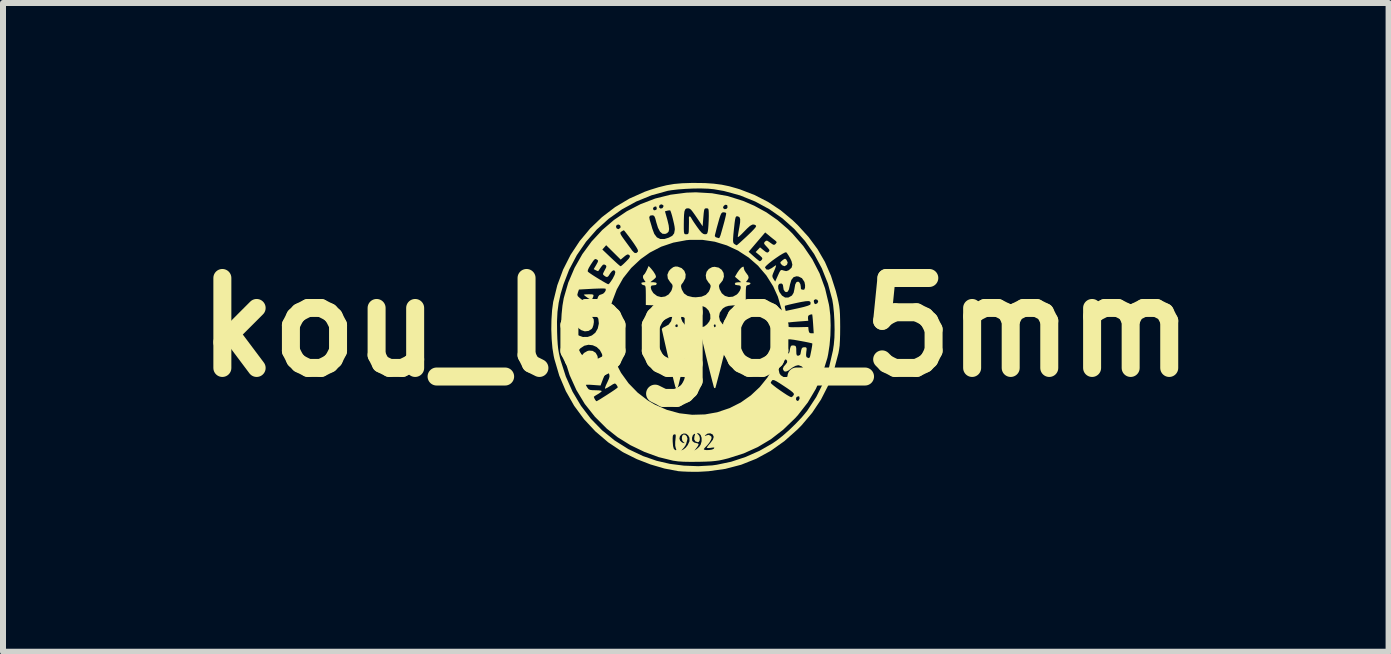
<source format=kicad_pcb>
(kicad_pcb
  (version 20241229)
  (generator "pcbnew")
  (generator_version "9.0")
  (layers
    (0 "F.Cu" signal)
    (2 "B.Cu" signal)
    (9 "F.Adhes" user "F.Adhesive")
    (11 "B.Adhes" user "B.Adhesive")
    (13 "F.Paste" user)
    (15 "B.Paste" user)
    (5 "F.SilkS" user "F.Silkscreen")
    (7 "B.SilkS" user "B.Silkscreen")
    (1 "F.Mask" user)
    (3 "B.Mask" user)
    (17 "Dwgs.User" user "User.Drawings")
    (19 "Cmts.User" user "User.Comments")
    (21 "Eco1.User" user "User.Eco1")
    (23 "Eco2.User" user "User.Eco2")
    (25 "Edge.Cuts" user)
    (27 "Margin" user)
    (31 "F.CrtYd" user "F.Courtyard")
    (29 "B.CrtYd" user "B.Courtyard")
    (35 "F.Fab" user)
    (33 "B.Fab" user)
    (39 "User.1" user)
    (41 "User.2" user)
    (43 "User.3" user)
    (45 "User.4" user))
  (footprint "kou_logo_5mm"
    (layer "F.Cu")
    (at 8.55 2.406)
    (property "Reference" "kou_logo_5mm" (at 0 0 0) (layer "F.SilkS") (effects (font (size 1.5 1.5) (thickness 0.3))))
    (attr board_only exclude_from_pos_files exclude_from_bom)
    (fp_poly (pts (xy -1.733 -0.549) (xy -1.71 -0.543) (xy -1.705 -0.529) (xy -1.709 -0.512) (xy -1.725 -0.474) (xy -1.745 -0.462) (xy -1.778 -0.475) (xy -1.805 -0.492) (xy -1.842 -0.519) (xy -1.864 -0.538) (xy -1.867 -0.542) (xy -1.852 -0.547) (xy -1.813 -0.549) (xy -1.782 -0.55)) (stroke (width 0) (type solid)) (fill yes) (layer "F.SilkS"))
    (fp_poly (pts (xy 1.511 -1.125) (xy 1.512 -1.123) (xy 1.532 -1.081) (xy 1.522 -1.046) (xy 1.513 -1.037) (xy 1.48 -1.018) (xy 1.445 -1.031) (xy 1.427 -1.048) (xy 1.41 -1.071) (xy 1.413 -1.088) (xy 1.441 -1.113) (xy 1.444 -1.116) (xy 1.476 -1.139) (xy 1.494 -1.141)) (stroke (width 0) (type solid)) (fill yes) (layer "F.SilkS"))
    (fp_poly (pts (xy -1.719 0.394) (xy -1.669 0.426) (xy -1.639 0.479) (xy -1.633 0.521) (xy -1.648 0.579) (xy -1.687 0.625) (xy -1.741 0.653) (xy -1.802 0.657) (xy -1.827 0.65) (xy -1.873 0.617) (xy -1.906 0.568) (xy -1.917 0.522) (xy -1.902 0.473) (xy -1.863 0.428) (xy -1.809 0.397) (xy -1.78 0.389)) (stroke (width 0) (type solid)) (fill yes) (layer "F.SilkS"))
    (fp_poly (pts (xy 0.153 -2.404) (xy 0.299 -2.394) (xy 0.431 -2.377) (xy 0.557 -2.351) (xy 0.687 -2.314) (xy 0.736 -2.299) (xy 0.982 -2.204) (xy 1.206 -2.089) (xy 1.414 -1.951) (xy 1.613 -1.786) (xy 1.701 -1.701) (xy 1.879 -1.506) (xy 2.029 -1.303) (xy 2.153 -1.089) (xy 2.254 -0.857) (xy 2.335 -0.603) (xy 2.363 -0.492) (xy 2.379 -0.418) (xy 2.391 -0.353) (xy 2.399 -0.287) (xy 2.404 -0.212) (xy 2.406 -0.12) (xy 2.407 -0.008) (xy 2.406 0.12) (xy 2.403 0.222) (xy 2.398 0.306) (xy 2.388 0.378) (xy 2.378 0.433) (xy 2.304 0.712) (xy 2.208 0.969) (xy 2.087 1.206) (xy 1.94 1.426) (xy 1.765 1.633) (xy 1.694 1.705) (xy 1.476 1.899) (xy 1.248 2.061) (xy 1.008 2.192) (xy 0.756 2.292) (xy 0.492 2.361) (xy 0.214 2.4) (xy 0.058 2.409) (xy -0.04 2.41) (xy -0.138 2.408) (xy -0.226 2.404) (xy -0.292 2.399) (xy -0.297 2.398) (xy -0.523 2.355) (xy -0.755 2.287) (xy -0.982 2.199) (xy -1.193 2.094) (xy -1.225 2.076) (xy -1.461 1.918) (xy -1.674 1.736) (xy -1.863 1.533) (xy -2.028 1.309) (xy -2.166 1.066) (xy -2.276 0.807) (xy -2.357 0.532) (xy -2.369 0.478) (xy -2.39 0.349) (xy -2.403 0.197) (xy -2.409 0.034) (xy -2.407 -0.095) (xy -2.314 -0.095) (xy -2.312 0.081) (xy -2.308 0.195) (xy -2.302 0.285) (xy -2.294 0.361) (xy -2.282 0.432) (xy -2.265 0.508) (xy -2.254 0.55) (xy -2.167 0.821) (xy -2.054 1.075) (xy -1.914 1.31) (xy -1.75 1.525) (xy -1.563 1.717) (xy -1.355 1.886) (xy -1.127 2.03) (xy -0.881 2.147) (xy -0.653 2.226) (xy -0.433 2.277) (xy -0.198 2.307) (xy 0.041 2.316) (xy 0.273 2.303) (xy 0.35 2.292) (xy 0.589 2.242) (xy 0.829 2.163) (xy 1.061 2.06) (xy 1.276 1.937) (xy 1.351 1.886) (xy 1.45 1.808) (xy 1.558 1.713) (xy 1.666 1.608) (xy 1.765 1.504) (xy 1.846 1.407) (xy 1.857 1.393) (xy 2.008 1.163) (xy 2.131 0.917) (xy 2.224 0.658) (xy 2.286 0.389) (xy 2.301 0.29) (xy 2.311 0.175) (xy 2.314 0.04) (xy 2.311 -0.103) (xy 2.303 -0.243) (xy 2.29 -0.371) (xy 2.276 -0.458) (xy 2.203 -0.728) (xy 2.101 -0.983) (xy 1.973 -1.221) (xy 1.819 -1.44) (xy 1.642 -1.639) (xy 1.444 -1.816) (xy 1.225 -1.969) (xy 0.989 -2.097) (xy 0.736 -2.199) (xy 0.468 -2.272) (xy 0.302 -2.301) (xy 0.208 -2.31) (xy 0.091 -2.314) (xy -0.038 -2.313) (xy -0.17 -2.307) (xy -0.296 -2.298) (xy -0.406 -2.285) (xy -0.467 -2.275) (xy -0.738 -2.2) (xy -0.993 -2.096) (xy -1.232 -1.965) (xy -1.452 -1.809) (xy -1.652 -1.629) (xy -1.83 -1.426) (xy -1.983 -1.203) (xy -2.111 -0.961) (xy -2.206 -0.715) (xy -2.253 -0.557) (xy -2.286 -0.408) (xy -2.306 -0.257) (xy -2.314 -0.095) (xy -2.407 -0.095) (xy -2.406 -0.13) (xy -2.396 -0.285) (xy -2.378 -0.42) (xy -2.377 -0.425) (xy -2.309 -0.7) (xy -2.212 -0.961) (xy -2.087 -1.208) (xy -1.936 -1.437) (xy -1.76 -1.648) (xy -1.563 -1.837) (xy -1.344 -2.004) (xy -1.107 -2.145) (xy -0.852 -2.259) (xy -0.761 -2.291) (xy -0.619 -2.335) (xy -0.49 -2.367) (xy -0.362 -2.389) (xy -0.226 -2.401) (xy -0.07 -2.406) (xy -0.017 -2.406)) (stroke (width 0) (type solid)) (fill yes) (layer "F.SilkS"))
    (fp_poly (pts (xy -0.743 -0.975) (xy -0.707 -0.93) (xy -0.678 -0.884) (xy -0.677 -0.882) (xy -0.664 -0.85) (xy -0.668 -0.828) (xy -0.694 -0.803) (xy -0.706 -0.793) (xy -0.758 -0.752) (xy -0.704 -0.751) (xy -0.662 -0.744) (xy -0.65 -0.725) (xy -0.665 -0.705) (xy -0.7 -0.7) (xy -0.736 -0.696) (xy -0.749 -0.676) (xy -0.75 -0.659) (xy -0.739 -0.62) (xy -0.712 -0.576) (xy -0.704 -0.566) (xy -0.645 -0.521) (xy -0.578 -0.503) (xy -0.511 -0.513) (xy -0.453 -0.547) (xy -0.41 -0.604) (xy -0.398 -0.633) (xy -0.387 -0.678) (xy -0.39 -0.707) (xy -0.412 -0.737) (xy -0.426 -0.751) (xy -0.466 -0.812) (xy -0.474 -0.875) (xy -0.45 -0.935) (xy -0.418 -0.971) (xy -0.376 -1.002) (xy -0.341 -1.013) (xy -0.302 -1.011) (xy -0.236 -0.986) (xy -0.191 -0.941) (xy -0.169 -0.882) (xy -0.174 -0.818) (xy -0.208 -0.754) (xy -0.211 -0.749) (xy -0.239 -0.714) (xy -0.247 -0.687) (xy -0.24 -0.652) (xy -0.232 -0.627) (xy -0.196 -0.564) (xy -0.137 -0.523) (xy -0.053 -0.503) (xy 0 -0.5) (xy 0.096 -0.51) (xy 0.167 -0.54) (xy 0.215 -0.591) (xy 0.233 -0.629) (xy 0.247 -0.673) (xy 0.246 -0.701) (xy 0.23 -0.727) (xy 0.212 -0.746) (xy 0.175 -0.804) (xy 0.166 -0.866) (xy 0.18 -0.925) (xy 0.217 -0.972) (xy 0.271 -1.002) (xy 0.314 -1.008) (xy 0.382 -0.994) (xy 0.433 -0.957) (xy 0.463 -0.905) (xy 0.469 -0.844) (xy 0.449 -0.782) (xy 0.422 -0.747) (xy 0.395 -0.715) (xy 0.386 -0.688) (xy 0.393 -0.65) (xy 0.398 -0.633) (xy 0.433 -0.567) (xy 0.486 -0.523) (xy 0.55 -0.504) (xy 0.618 -0.51) (xy 0.681 -0.544) (xy 0.704 -0.566) (xy 0.734 -0.609) (xy 0.749 -0.651) (xy 0.75 -0.659) (xy 0.745 -0.688) (xy 0.722 -0.699) (xy 0.7 -0.7) (xy 0.66 -0.707) (xy 0.65 -0.725) (xy 0.664 -0.744) (xy 0.704 -0.75) (xy 0.758 -0.751) (xy 0.706 -0.796) (xy 0.653 -0.842) (xy 0.691 -0.908) (xy 0.723 -0.954) (xy 0.755 -0.99) (xy 0.765 -0.997) (xy 0.791 -1.012) (xy 0.799 -1.003) (xy 0.8 -0.987) (xy 0.81 -0.952) (xy 0.836 -0.91) (xy 0.842 -0.903) (xy 0.874 -0.858) (xy 0.881 -0.823) (xy 0.863 -0.789) (xy 0.856 -0.78) (xy 0.839 -0.759) (xy 0.847 -0.751) (xy 0.874 -0.75) (xy 0.906 -0.742) (xy 0.912 -0.725) (xy 0.891 -0.709) (xy 0.87 -0.703) (xy 0.853 -0.699) (xy 0.842 -0.687) (xy 0.837 -0.662) (xy 0.834 -0.618) (xy 0.833 -0.547) (xy 0.833 -0.532) (xy 0.833 -0.367) (xy 0.71 -0.367) (xy 0.615 -0.364) (xy 0.546 -0.357) (xy 0.496 -0.342) (xy 0.457 -0.318) (xy 0.442 -0.304) (xy 0.4 -0.243) (xy 0.388 -0.177) (xy 0.403 -0.112) (xy 0.444 -0.055) (xy 0.509 -0.01) (xy 0.552 0.006) (xy 0.559 0.012) (xy 0.562 0.026) (xy 0.561 0.051) (xy 0.555 0.091) (xy 0.543 0.149) (xy 0.525 0.229) (xy 0.5 0.334) (xy 0.467 0.466) (xy 0.456 0.51) (xy 0.425 0.634) (xy 0.397 0.746) (xy 0.371 0.844) (xy 0.35 0.924) (xy 0.335 0.981) (xy 0.326 1.011) (xy 0.325 1.014) (xy 0.308 1.013) (xy 0.307 1.012) (xy 0.3 0.994) (xy 0.288 0.948) (xy 0.27 0.88) (xy 0.248 0.794) (xy 0.223 0.695) (xy 0.197 0.588) (xy 0.17 0.478) (xy 0.144 0.369) (xy 0.12 0.268) (xy 0.099 0.177) (xy 0.082 0.104) (xy 0.071 0.051) (xy 0.067 0.025) (xy 0.067 0.024) (xy 0.08 0.004) (xy 0.099 0) (xy 0.143 -0.014) (xy 0.157 -0.025) (xy 0.3 -0.025) (xy 0.309 -0.003) (xy 0.317 0) (xy 0.331 -0.013) (xy 0.333 -0.025) (xy 0.324 -0.047) (xy 0.317 -0.05) (xy 0.302 -0.037) (xy 0.3 -0.025) (xy 0.157 -0.025) (xy 0.188 -0.05) (xy 0.225 -0.097) (xy 0.243 -0.142) (xy 0.241 -0.212) (xy 0.215 -0.277) (xy 0.169 -0.326) (xy 0.133 -0.345) (xy 0.047 -0.362) (xy -0.048 -0.362) (xy -0.133 -0.345) (xy -0.189 -0.31) (xy -0.228 -0.253) (xy -0.245 -0.185) (xy -0.243 -0.142) (xy -0.222 -0.092) (xy -0.184 -0.045) (xy -0.138 -0.011) (xy -0.099 0) (xy -0.072 0.011) (xy -0.067 0.025) (xy -0.07 0.047) (xy -0.081 0.097) (xy -0.098 0.171) (xy -0.119 0.263) (xy -0.145 0.37) (xy -0.173 0.488) (xy -0.175 0.496) (xy -0.204 0.614) (xy -0.23 0.724) (xy -0.253 0.82) (xy -0.272 0.897) (xy -0.285 0.952) (xy -0.292 0.979) (xy -0.292 0.979) (xy -0.307 1.01) (xy -0.327 1.015) (xy -0.341 0.996) (xy -0.348 0.968) (xy -0.362 0.915) (xy -0.38 0.84) (xy -0.402 0.749) (xy -0.426 0.647) (xy -0.451 0.539) (xy -0.477 0.429) (xy -0.501 0.324) (xy -0.523 0.227) (xy -0.542 0.144) (xy -0.556 0.081) (xy -0.565 0.041) (xy -0.567 0.03) (xy -0.552 0.01) (xy -0.518 -0.008) (xy -0.514 -0.009) (xy -0.499 -0.018) (xy -0.343 -0.018) (xy -0.338 -0.011) (xy -0.314 -0.001) (xy -0.3 -0.018) (xy -0.3 -0.025) (xy -0.308 -0.047) (xy -0.316 -0.05) (xy -0.337 -0.039) (xy -0.343 -0.018) (xy -0.499 -0.018) (xy -0.453 -0.044) (xy -0.411 -0.101) (xy -0.393 -0.174) (xy -0.392 -0.184) (xy -0.399 -0.236) (xy -0.424 -0.279) (xy -0.446 -0.304) (xy -0.472 -0.328) (xy -0.496 -0.344) (xy -0.527 -0.354) (xy -0.573 -0.359) (xy -0.641 -0.363) (xy -0.666 -0.364) (xy -0.833 -0.371) (xy -0.833 -0.535) (xy -0.834 -0.611) (xy -0.836 -0.659) (xy -0.842 -0.686) (xy -0.851 -0.698) (xy -0.865 -0.7) (xy -0.896 -0.712) (xy -0.906 -0.725) (xy -0.904 -0.744) (xy -0.875 -0.75) (xy -0.872 -0.75) (xy -0.842 -0.752) (xy -0.841 -0.763) (xy -0.856 -0.78) (xy -0.879 -0.821) (xy -0.88 -0.858) (xy -0.865 -0.876) (xy -0.847 -0.897) (xy -0.825 -0.937) (xy -0.816 -0.955) (xy -0.786 -1.022)) (stroke (width 0) (type solid)) (fill yes) (layer "F.SilkS"))
    (fp_poly (pts (xy 0.271 -2.234) (xy 0.533 -2.187) (xy 0.788 -2.107) (xy 0.975 -2.026) (xy 1.177 -1.916) (xy 1.362 -1.787) (xy 1.539 -1.634) (xy 1.612 -1.561) (xy 1.792 -1.354) (xy 1.942 -1.134) (xy 2.063 -0.9) (xy 2.155 -0.649) (xy 2.219 -0.381) (xy 2.227 -0.334) (xy 2.243 -0.193) (xy 2.248 -0.033) (xy 2.244 0.135) (xy 2.23 0.299) (xy 2.207 0.448) (xy 2.194 0.51) (xy 2.111 0.778) (xy 2.002 1.026) (xy 1.867 1.254) (xy 1.704 1.463) (xy 1.657 1.515) (xy 1.459 1.706) (xy 1.253 1.866) (xy 1.034 1.997) (xy 0.799 2.103) (xy 0.544 2.184) (xy 0.533 2.187) (xy 0.457 2.206) (xy 0.391 2.22) (xy 0.326 2.229) (xy 0.254 2.236) (xy 0.166 2.24) (xy 0.054 2.243) (xy 0.05 2.243) (xy -0.09 2.244) (xy -0.203 2.242) (xy -0.295 2.236) (xy -0.372 2.225) (xy -0.375 2.225) (xy -0.619 2.165) (xy -0.859 2.077) (xy -1.089 1.966) (xy -1.276 1.85) (xy -0.386 1.85) (xy -0.385 1.908) (xy -0.379 1.981) (xy -0.367 2.025) (xy -0.346 2.046) (xy -0.329 2.05) (xy -0.325 2.038) (xy -0.334 2.016) (xy -0.343 1.975) (xy -0.343 1.91) (xy -0.34 1.881) (xy -0.338 1.858) (xy -0.273 1.858) (xy -0.26 1.892) (xy -0.23 1.92) (xy -0.206 1.93) (xy -0.185 1.932) (xy -0.193 1.923) (xy -0.204 1.916) (xy -0.226 1.888) (xy -0.233 1.847) (xy -0.226 1.809) (xy -0.206 1.788) (xy -0.176 1.792) (xy -0.151 1.817) (xy -0.139 1.854) (xy -0.142 1.875) (xy -0.154 1.92) (xy -0.159 1.94) (xy -0.175 1.974) (xy -0.203 2.013) (xy -0.204 2.013) (xy -0.242 2.055) (xy -0.203 2.035) (xy -0.168 2.007) (xy -0.135 1.965) (xy -0.133 1.961) (xy -0.105 1.899) (xy -0.106 1.844) (xy -0.106 1.843) (xy -0.063 1.843) (xy -0.061 1.885) (xy -0.055 1.898) (xy -0.027 1.921) (xy 0.006 1.93) (xy 0.039 1.938) (xy 0.047 1.955) (xy 0.031 1.986) (xy 0.014 2.009) (xy -0.023 2.055) (xy 0.009 2.034) (xy 0.133 2.034) (xy 0.148 2.044) (xy 0.183 2.048) (xy 0.227 2.046) (xy 0.27 2.039) (xy 0.298 2.027) (xy 0.3 2.024) (xy 0.31 2.009) (xy 0.299 2.004) (xy 0.263 2.008) (xy 0.253 2.01) (xy 0.21 2.014) (xy 0.186 2.011) (xy 0.183 2.008) (xy 0.194 1.99) (xy 0.22 1.956) (xy 0.242 1.931) (xy 0.285 1.874) (xy 0.299 1.828) (xy 0.284 1.791) (xy 0.28 1.787) (xy 0.241 1.768) (xy 0.196 1.773) (xy 0.165 1.794) (xy 0.151 1.813) (xy 0.161 1.812) (xy 0.177 1.803) (xy 0.213 1.794) (xy 0.242 1.807) (xy 0.262 1.826) (xy 0.262 1.852) (xy 0.252 1.879) (xy 0.225 1.925) (xy 0.188 1.971) (xy 0.182 1.976) (xy 0.151 2.008) (xy 0.134 2.03) (xy 0.133 2.034) (xy 0.009 2.034) (xy 0.019 2.027) (xy 0.058 1.992) (xy 0.081 1.957) (xy 0.097 1.9) (xy 0.097 1.844) (xy 0.082 1.798) (xy 0.055 1.771) (xy 0.037 1.767) (xy 0.017 1.769) (xy 0.027 1.778) (xy 0.037 1.785) (xy 0.059 1.811) (xy 0.068 1.849) (xy 0.065 1.887) (xy 0.049 1.912) (xy 0.035 1.917) (xy -0.006 1.903) (xy -0.027 1.869) (xy -0.023 1.82) (xy -0.022 1.817) (xy -0.012 1.784) (xy -0.018 1.776) (xy -0.027 1.778) (xy -0.05 1.802) (xy -0.063 1.843) (xy -0.106 1.843) (xy -0.127 1.803) (xy -0.162 1.775) (xy -0.202 1.771) (xy -0.239 1.788) (xy -0.265 1.818) (xy -0.273 1.858) (xy -0.338 1.858) (xy -0.335 1.826) (xy -0.335 1.796) (xy -0.344 1.785) (xy -0.359 1.786) (xy -0.375 1.793) (xy -0.383 1.812) (xy -0.386 1.85) (xy -1.276 1.85) (xy -1.302 1.834) (xy -1.483 1.691) (xy -1.681 1.493) (xy -1.851 1.278) (xy -1.991 1.046) (xy -2.03 0.96) (xy -1.833 0.96) (xy -1.825 0.978) (xy -1.806 1.009) (xy -1.788 1.032) (xy -1.763 1.044) (xy -1.723 1.049) (xy -1.673 1.05) (xy -1.618 1.052) (xy -1.58 1.057) (xy -1.567 1.064) (xy -1.58 1.079) (xy -1.613 1.103) (xy -1.633 1.115) (xy -1.673 1.139) (xy -1.697 1.156) (xy -1.7 1.16) (xy -1.692 1.183) (xy -1.676 1.212) (xy -1.659 1.232) (xy -1.656 1.233) (xy -1.639 1.225) (xy -1.599 1.202) (xy -1.544 1.167) (xy -1.477 1.125) (xy -1.473 1.122) (xy -1.407 1.079) (xy -1.352 1.042) (xy -1.315 1.015) (xy -1.3 1.001) (xy -1.3 1.001) (xy -1.309 0.98) (xy -1.323 0.958) (xy -1.338 0.942) (xy -1.354 0.938) (xy -1.381 0.95) (xy -1.426 0.979) (xy -1.427 0.979) (xy -1.471 1.006) (xy -1.504 1.022) (xy -1.515 1.024) (xy -1.512 1.006) (xy -1.498 0.967) (xy -1.475 0.918) (xy -1.45 0.862) (xy -1.439 0.825) (xy -1.44 0.796) (xy -1.449 0.768) (xy -1.467 0.736) (xy -1.482 0.725) (xy -1.484 0.725) (xy -1.496 0.744) (xy -1.515 0.785) (xy -1.538 0.842) (xy -1.543 0.852) (xy -1.588 0.971) (xy -1.711 0.962) (xy -1.77 0.958) (xy -1.813 0.958) (xy -1.833 0.96) (xy -1.833 0.96) (xy -2.03 0.96) (xy -2.103 0.798) (xy -2.179 0.557) (xy -1.996 0.557) (xy -1.972 0.629) (xy -1.927 0.689) (xy -1.864 0.732) (xy -1.787 0.75) (xy -1.778 0.75) (xy -1.722 0.743) (xy -1.67 0.727) (xy -1.667 0.725) (xy -1.6 0.675) (xy -1.561 0.607) (xy -1.55 0.534) (xy -1.563 0.448) (xy -1.6 0.379) (xy -1.653 0.329) (xy -1.718 0.3) (xy -1.789 0.292) (xy -1.859 0.308) (xy -1.924 0.351) (xy -1.967 0.405) (xy -1.996 0.48) (xy -1.996 0.557) (xy -2.179 0.557) (xy -2.186 0.533) (xy -2.227 0.334) (xy -2.24 0.217) (xy -2.246 0.079) (xy -2.245 -0.07) (xy -2.066 -0.07) (xy -2.053 0.017) (xy -2.014 0.087) (xy -1.956 0.136) (xy -1.883 0.162) (xy -1.802 0.161) (xy -1.733 0.137) (xy -1.675 0.091) (xy -1.635 0.022) (xy -1.617 -0.058) (xy -1.455 -0.058) (xy -1.455 0.107) (xy -1.439 0.262) (xy -1.419 0.358) (xy -1.347 0.566) (xy -1.247 0.759) (xy -1.12 0.935) (xy -0.969 1.09) (xy -0.797 1.222) (xy -0.681 1.29) (xy -0.482 1.377) (xy -0.273 1.434) (xy -0.06 1.459) (xy 0.154 1.453) (xy 0.358 1.417) (xy 0.563 1.348) (xy 0.75 1.254) (xy 0.834 1.195) (xy 1.67 1.195) (xy 1.674 1.211) (xy 1.692 1.229) (xy 1.713 1.222) (xy 1.729 1.193) (xy 1.73 1.186) (xy 1.726 1.156) (xy 1.71 1.15) (xy 1.679 1.163) (xy 1.67 1.195) (xy 0.834 1.195) (xy 0.918 1.136) (xy 1.066 0.997) (xy 1.123 0.927) (xy 1.25 0.927) (xy 1.263 0.944) (xy 1.298 0.973) (xy 1.347 1.011) (xy 1.406 1.053) (xy 1.466 1.094) (xy 1.521 1.13) (xy 1.565 1.155) (xy 1.591 1.166) (xy 1.592 1.166) (xy 1.613 1.154) (xy 1.629 1.134) (xy 1.636 1.119) (xy 1.632 1.103) (xy 1.615 1.084) (xy 1.581 1.056) (xy 1.525 1.017) (xy 1.474 0.983) (xy 1.398 0.933) (xy 1.344 0.9) (xy 1.309 0.883) (xy 1.286 0.879) (xy 1.274 0.884) (xy 1.253 0.913) (xy 1.25 0.927) (xy 1.123 0.927) (xy 1.192 0.841) (xy 1.272 0.709) (xy 1.382 0.709) (xy 1.395 0.768) (xy 1.417 0.8) (xy 1.462 0.829) (xy 1.514 0.829) (xy 1.577 0.801) (xy 1.639 0.756) (xy 1.68 0.726) (xy 1.706 0.72) (xy 1.726 0.737) (xy 1.733 0.75) (xy 1.741 0.78) (xy 1.724 0.809) (xy 1.716 0.817) (xy 1.691 0.858) (xy 1.692 0.884) (xy 1.706 0.911) (xy 1.726 0.911) (xy 1.757 0.885) (xy 1.774 0.865) (xy 1.807 0.807) (xy 1.816 0.748) (xy 1.802 0.694) (xy 1.769 0.654) (xy 1.718 0.634) (xy 1.704 0.633) (xy 1.661 0.644) (xy 1.612 0.671) (xy 1.6 0.68) (xy 1.543 0.722) (xy 1.503 0.739) (xy 1.476 0.734) (xy 1.469 0.729) (xy 1.451 0.695) (xy 1.465 0.656) (xy 1.492 0.626) (xy 1.521 0.588) (xy 1.523 0.56) (xy 1.503 0.536) (xy 1.471 0.543) (xy 1.43 0.581) (xy 1.426 0.585) (xy 1.393 0.644) (xy 1.382 0.709) (xy 1.272 0.709) (xy 1.296 0.67) (xy 1.375 0.487) (xy 1.396 0.414) (xy 1.484 0.414) (xy 1.49 0.442) (xy 1.516 0.448) (xy 1.521 0.447) (xy 1.554 0.429) (xy 1.563 0.408) (xy 1.573 0.349) (xy 1.584 0.317) (xy 1.6 0.303) (xy 1.626 0.303) (xy 1.63 0.303) (xy 1.657 0.309) (xy 1.67 0.324) (xy 1.675 0.357) (xy 1.675 0.392) (xy 1.677 0.442) (xy 1.684 0.467) (xy 1.701 0.475) (xy 1.708 0.475) (xy 1.738 0.461) (xy 1.746 0.442) (xy 1.757 0.383) (xy 1.768 0.35) (xy 1.785 0.336) (xy 1.811 0.333) (xy 1.836 0.335) (xy 1.847 0.347) (xy 1.847 0.377) (xy 1.842 0.411) (xy 1.838 0.465) (xy 1.845 0.495) (xy 1.853 0.502) (xy 1.884 0.515) (xy 1.901 0.5) (xy 1.907 0.479) (xy 1.927 0.381) (xy 1.939 0.313) (xy 1.943 0.276) (xy 1.941 0.269) (xy 1.923 0.264) (xy 1.879 0.254) (xy 1.815 0.241) (xy 1.738 0.227) (xy 1.733 0.226) (xy 1.637 0.209) (xy 1.571 0.201) (xy 1.534 0.201) (xy 1.524 0.207) (xy 1.512 0.25) (xy 1.499 0.308) (xy 1.489 0.366) (xy 1.484 0.409) (xy 1.484 0.414) (xy 1.396 0.414) (xy 1.429 0.295) (xy 1.457 0.096) (xy 1.456 -0.057) (xy 1.519 -0.057) (xy 1.525 -0.034) (xy 1.532 -0.018) (xy 1.546 -0.008) (xy 1.572 -0.002) (xy 1.618 -0.000388) (xy 1.689 -0.001) (xy 1.706 -0.001) (xy 1.875 -0.005) (xy 1.88 0.048) (xy 1.889 0.085) (xy 1.91 0.099) (xy 1.926 0.1) (xy 1.966 0.1) (xy 1.956 -0.054) (xy 1.951 -0.122) (xy 1.946 -0.176) (xy 1.942 -0.208) (xy 1.941 -0.214) (xy 1.923 -0.214) (xy 1.9 -0.208) (xy 1.874 -0.19) (xy 1.87 -0.153) (xy 1.87 -0.153) (xy 1.875 -0.108) (xy 1.701 -0.095) (xy 1.628 -0.089) (xy 1.569 -0.083) (xy 1.531 -0.078) (xy 1.52 -0.075) (xy 1.519 -0.057) (xy 1.456 -0.057) (xy 1.456 -0.106) (xy 1.427 -0.31) (xy 1.418 -0.339) (xy 1.484 -0.339) (xy 1.489 -0.312) (xy 1.499 -0.272) (xy 1.704 -0.316) (xy 1.802 -0.339) (xy 1.869 -0.359) (xy 1.905 -0.375) (xy 1.912 -0.384) (xy 1.914 -0.413) (xy 1.904 -0.43) (xy 1.882 -0.436) (xy 1.967 -0.436) (xy 1.976 -0.397) (xy 1.998 -0.385) (xy 2.029 -0.402) (xy 2.041 -0.432) (xy 2.027 -0.457) (xy 1.998 -0.467) (xy 1.971 -0.454) (xy 1.967 -0.436) (xy 1.882 -0.436) (xy 1.877 -0.437) (xy 1.831 -0.434) (xy 1.759 -0.422) (xy 1.691 -0.408) (xy 1.614 -0.391) (xy 1.55 -0.376) (xy 1.505 -0.364) (xy 1.486 -0.358) (xy 1.486 -0.358) (xy 1.484 -0.339) (xy 1.418 -0.339) (xy 1.368 -0.511) (xy 1.29 -0.683) (xy 1.285 -0.691) (xy 1.373 -0.691) (xy 1.375 -0.643) (xy 1.394 -0.588) (xy 1.437 -0.528) (xy 1.488 -0.496) (xy 1.544 -0.496) (xy 1.6 -0.527) (xy 1.606 -0.534) (xy 1.631 -0.575) (xy 1.645 -0.64) (xy 1.646 -0.648) (xy 1.658 -0.715) (xy 1.679 -0.753) (xy 1.706 -0.761) (xy 1.725 -0.75) (xy 1.743 -0.719) (xy 1.75 -0.681) (xy 1.752 -0.647) (xy 1.757 -0.633) (xy 1.777 -0.628) (xy 1.788 -0.624) (xy 1.809 -0.629) (xy 1.821 -0.658) (xy 1.822 -0.701) (xy 1.813 -0.749) (xy 1.808 -0.761) (xy 1.77 -0.818) (xy 1.713 -0.846) (xy 1.679 -0.85) (xy 1.63 -0.835) (xy 1.593 -0.789) (xy 1.57 -0.712) (xy 1.568 -0.701) (xy 1.553 -0.632) (xy 1.533 -0.594) (xy 1.507 -0.586) (xy 1.487 -0.594) (xy 1.465 -0.626) (xy 1.458 -0.669) (xy 1.452 -0.709) (xy 1.434 -0.727) (xy 1.421 -0.73) (xy 1.388 -0.722) (xy 1.373 -0.691) (xy 1.285 -0.691) (xy 1.176 -0.864) (xy 1.063 -0.996) (xy 1.154 -0.996) (xy 1.178 -0.963) (xy 1.215 -0.96) (xy 1.265 -0.986) (xy 1.27 -0.989) (xy 1.308 -1.016) (xy 1.333 -1.032) (xy 1.338 -1.033) (xy 1.337 -1.02) (xy 1.325 -0.984) (xy 1.307 -0.941) (xy 1.285 -0.889) (xy 1.276 -0.857) (xy 1.28 -0.833) (xy 1.294 -0.807) (xy 1.295 -0.805) (xy 1.324 -0.762) (xy 1.369 -0.863) (xy 1.394 -0.917) (xy 1.411 -0.946) (xy 1.428 -0.955) (xy 1.45 -0.951) (xy 1.464 -0.946) (xy 1.507 -0.936) (xy 1.544 -0.948) (xy 1.556 -0.956) (xy 1.597 -0.994) (xy 1.61 -1.042) (xy 1.596 -1.102) (xy 1.574 -1.149) (xy 1.545 -1.199) (xy 1.52 -1.236) (xy 1.508 -1.25) (xy 1.488 -1.247) (xy 1.449 -1.227) (xy 1.396 -1.195) (xy 1.337 -1.155) (xy 1.277 -1.112) (xy 1.223 -1.069) (xy 1.181 -1.032) (xy 1.157 -1.006) (xy 1.154 -0.996) (xy 1.063 -0.996) (xy 1.039 -1.025) (xy 0.881 -1.163) (xy 0.734 -1.258) (xy 0.881 -1.258) (xy 0.969 -1.179) (xy 1.014 -1.14) (xy 1.049 -1.112) (xy 1.067 -1.1) (xy 1.068 -1.1) (xy 1.087 -1.111) (xy 1.101 -1.126) (xy 1.11 -1.145) (xy 1.101 -1.165) (xy 1.069 -1.195) (xy 1.06 -1.203) (xy 0.998 -1.254) (xy 1.035 -1.293) (xy 1.071 -1.332) (xy 1.131 -1.283) (xy 1.169 -1.254) (xy 1.192 -1.245) (xy 1.21 -1.253) (xy 1.215 -1.258) (xy 1.228 -1.276) (xy 1.223 -1.296) (xy 1.198 -1.326) (xy 1.183 -1.342) (xy 1.15 -1.378) (xy 1.138 -1.4) (xy 1.144 -1.417) (xy 1.154 -1.428) (xy 1.173 -1.443) (xy 1.193 -1.442) (xy 1.223 -1.423) (xy 1.242 -1.409) (xy 1.281 -1.382) (xy 1.304 -1.373) (xy 1.322 -1.382) (xy 1.331 -1.39) (xy 1.348 -1.413) (xy 1.342 -1.43) (xy 1.323 -1.447) (xy 1.288 -1.474) (xy 1.242 -1.511) (xy 1.222 -1.528) (xy 1.157 -1.581) (xy 1.019 -1.42) (xy 0.881 -1.258) (xy 0.734 -1.258) (xy 0.706 -1.277) (xy 0.517 -1.365) (xy 0.318 -1.426) (xy 0.24 -1.438) (xy 0.621 -1.438) (xy 0.625 -1.413) (xy 0.632 -1.398) (xy 0.643 -1.388) (xy 0.671 -1.371) (xy 0.682 -1.367) (xy 0.697 -1.378) (xy 0.731 -1.407) (xy 0.78 -1.452) (xy 0.84 -1.507) (xy 0.858 -1.524) (xy 0.926 -1.589) (xy 0.971 -1.636) (xy 0.997 -1.667) (xy 1.006 -1.686) (xy 1.001 -1.698) (xy 1 -1.699) (xy 0.971 -1.713) (xy 0.941 -1.711) (xy 0.904 -1.69) (xy 0.857 -1.648) (xy 0.81 -1.6) (xy 0.764 -1.553) (xy 0.727 -1.519) (xy 0.705 -1.504) (xy 0.7 -1.506) (xy 0.703 -1.533) (xy 0.711 -1.583) (xy 0.722 -1.646) (xy 0.726 -1.666) (xy 0.739 -1.748) (xy 0.74 -1.803) (xy 0.728 -1.835) (xy 0.702 -1.849) (xy 0.684 -1.85) (xy 0.672 -1.846) (xy 0.663 -1.829) (xy 0.655 -1.795) (xy 0.647 -1.739) (xy 0.638 -1.657) (xy 0.635 -1.63) (xy 0.626 -1.541) (xy 0.622 -1.478) (xy 0.621 -1.438) (xy 0.24 -1.438) (xy 0.111 -1.457) (xy -0.099 -1.457) (xy -0.156 -1.452) (xy -0.375 -1.411) (xy -0.577 -1.343) (xy -0.766 -1.245) (xy -0.918 -1.137) (xy -1.077 -0.988) (xy -1.211 -0.819) (xy -1.317 -0.631) (xy -1.396 -0.424) (xy -1.412 -0.37) (xy -1.441 -0.221) (xy -1.455 -0.058) (xy -1.617 -0.058) (xy -1.617 -0.059) (xy -1.617 -0.072) (xy -1.625 -0.143) (xy -1.651 -0.186) (xy -1.692 -0.2) (xy -1.725 -0.193) (xy -1.733 -0.175) (xy -1.717 -0.158) (xy -1.702 -0.132) (xy -1.699 -0.087) (xy -1.707 -0.036) (xy -1.723 0.01) (xy -1.736 0.028) (xy -1.788 0.061) (xy -1.85 0.068) (xy -1.912 0.047) (xy -1.951 0.018) (xy -1.986 -0.023) (xy -1.998 -0.061) (xy -1.989 -0.108) (xy -1.976 -0.142) (xy -1.952 -0.2) (xy -1.999 -0.2) (xy -2.034 -0.192) (xy -2.055 -0.165) (xy -2.065 -0.114) (xy -2.066 -0.07) (xy -2.245 -0.07) (xy -2.245 -0.071) (xy -2.237 -0.22) (xy -2.223 -0.359) (xy -2.203 -0.476) (xy -2.202 -0.483) (xy -2.185 -0.543) (xy -1.975 -0.543) (xy -1.968 -0.519) (xy -1.939 -0.492) (xy -1.93 -0.484) (xy -1.891 -0.454) (xy -1.837 -0.41) (xy -1.777 -0.362) (xy -1.759 -0.347) (xy -1.705 -0.305) (xy -1.662 -0.272) (xy -1.635 -0.254) (xy -1.629 -0.251) (xy -1.617 -0.264) (xy -1.606 -0.294) (xy -1.605 -0.335) (xy -1.631 -0.365) (xy -1.651 -0.384) (xy -1.658 -0.405) (xy -1.651 -0.44) (xy -1.644 -0.467) (xy -1.626 -0.514) (xy -1.606 -0.538) (xy -1.577 -0.547) (xy -1.543 -0.561) (xy -1.515 -0.589) (xy -1.5 -0.62) (xy -1.504 -0.643) (xy -1.524 -0.646) (xy -1.57 -0.647) (xy -1.636 -0.645) (xy -1.716 -0.642) (xy -1.731 -0.641) (xy -1.948 -0.629) (xy -1.966 -0.578) (xy -1.975 -0.543) (xy -2.185 -0.543) (xy -2.126 -0.745) (xy -2.047 -0.93) (xy -1.801 -0.93) (xy -1.795 -0.923) (xy -1.77 -0.904) (xy -1.726 -0.874) (xy -1.67 -0.838) (xy -1.608 -0.8) (xy -1.549 -0.765) (xy -1.5 -0.737) (xy -1.467 -0.72) (xy -1.458 -0.717) (xy -1.441 -0.73) (xy -1.415 -0.765) (xy -1.386 -0.809) (xy -1.352 -0.876) (xy -1.341 -0.922) (xy -1.355 -0.946) (xy -1.373 -0.95) (xy -1.396 -0.937) (xy -1.423 -0.904) (xy -1.431 -0.892) (xy -1.458 -0.851) (xy -1.48 -0.837) (xy -1.506 -0.846) (xy -1.524 -0.859) (xy -1.543 -0.875) (xy -1.547 -0.892) (xy -1.535 -0.92) (xy -1.518 -0.952) (xy -1.495 -0.996) (xy -1.491 -1.02) (xy -1.502 -1.035) (xy -1.502 -1.035) (xy -1.528 -1.047) (xy -1.548 -1.042) (xy -1.573 -1.013) (xy -1.585 -0.996) (xy -1.61 -0.96) (xy -1.625 -0.938) (xy -1.627 -0.936) (xy -1.642 -0.939) (xy -1.666 -0.95) (xy -1.702 -0.969) (xy -1.66 -1.04) (xy -1.637 -1.082) (xy -1.629 -1.106) (xy -1.636 -1.12) (xy -1.651 -1.13) (xy -1.67 -1.138) (xy -1.687 -1.132) (xy -1.709 -1.108) (xy -1.74 -1.061) (xy -1.75 -1.046) (xy -1.784 -0.989) (xy -1.8 -0.952) (xy -1.801 -0.93) (xy -2.047 -0.93) (xy -2.021 -0.991) (xy -1.891 -1.22) (xy -1.835 -1.296) (xy -1.558 -1.296) (xy -1.412 -1.157) (xy -1.354 -1.103) (xy -1.305 -1.058) (xy -1.27 -1.028) (xy -1.253 -1.017) (xy -1.253 -1.017) (xy -1.236 -1.028) (xy -1.203 -1.057) (xy -1.162 -1.097) (xy -1.119 -1.142) (xy -1.1 -1.172) (xy -1.099 -1.191) (xy -1.103 -1.197) (xy -1.124 -1.213) (xy -1.145 -1.212) (xy -1.176 -1.192) (xy -1.2 -1.172) (xy -1.252 -1.128) (xy -1.373 -1.248) (xy -1.494 -1.368) (xy -1.526 -1.332) (xy -1.558 -1.296) (xy -1.835 -1.296) (xy -1.737 -1.43) (xy -1.601 -1.576) (xy -1.258 -1.576) (xy -1.257 -1.563) (xy -1.248 -1.541) (xy -1.227 -1.508) (xy -1.193 -1.46) (xy -1.144 -1.393) (xy -1.078 -1.303) (xy -1.061 -1.279) (xy -1.025 -1.242) (xy -0.994 -1.236) (xy -0.968 -1.257) (xy -0.963 -1.272) (xy -0.97 -1.297) (xy -0.992 -1.336) (xy -1.03 -1.394) (xy -1.069 -1.449) (xy -1.116 -1.513) (xy -1.156 -1.565) (xy -1.185 -1.602) (xy -1.199 -1.617) (xy -1.2 -1.617) (xy -1.22 -1.608) (xy -1.242 -1.594) (xy -1.253 -1.585) (xy -1.258 -1.576) (xy -1.601 -1.576) (xy -1.56 -1.621) (xy -1.497 -1.675) (xy -1.331 -1.675) (xy -1.319 -1.648) (xy -1.293 -1.636) (xy -1.288 -1.636) (xy -1.26 -1.656) (xy -1.253 -1.671) (xy -1.261 -1.699) (xy -1.286 -1.713) (xy -1.316 -1.707) (xy -1.32 -1.703) (xy -1.331 -1.675) (xy -1.497 -1.675) (xy -1.364 -1.789) (xy -1.296 -1.835) (xy -0.776 -1.835) (xy -0.768 -1.789) (xy -0.755 -1.747) (xy -0.737 -1.687) (xy -0.725 -1.644) (xy -0.692 -1.556) (xy -0.648 -1.498) (xy -0.591 -1.471) (xy -0.52 -1.472) (xy -0.45 -1.494) (xy -0.401 -1.52) (xy 0.317 -1.52) (xy 0.333 -1.501) (xy 0.379 -1.487) (xy 0.387 -1.485) (xy 0.398 -1.499) (xy 0.413 -1.536) (xy 0.423 -1.571) (xy 0.455 -1.684) (xy 0.478 -1.768) (xy 0.493 -1.829) (xy 0.502 -1.869) (xy 0.506 -1.894) (xy 0.505 -1.905) (xy 0.504 -1.907) (xy 0.481 -1.915) (xy 0.458 -1.917) (xy 0.441 -1.913) (xy 0.427 -1.9) (xy 0.413 -1.872) (xy 0.396 -1.823) (xy 0.375 -1.749) (xy 0.369 -1.727) (xy 0.348 -1.652) (xy 0.332 -1.587) (xy 0.32 -1.541) (xy 0.317 -1.52) (xy -0.401 -1.52) (xy -0.392 -1.525) (xy -0.361 -1.566) (xy -0.35 -1.627) (xy -0.35 -1.642) (xy -0.354 -1.679) (xy -0.361 -1.715) (xy -0.2 -1.715) (xy -0.2 -1.64) (xy -0.198 -1.592) (xy -0.193 -1.565) (xy -0.183 -1.553) (xy -0.168 -1.55) (xy -0.158 -1.55) (xy -0.137 -1.552) (xy -0.125 -1.561) (xy -0.118 -1.585) (xy -0.116 -1.63) (xy -0.115 -1.679) (xy -0.114 -1.744) (xy -0.114 -1.796) (xy -0.115 -1.827) (xy -0.115 -1.829) (xy -0.11 -1.848) (xy -0.092 -1.845) (xy -0.077 -1.824) (xy -0.063 -1.799) (xy -0.035 -1.755) (xy 0.003 -1.7) (xy 0.021 -1.674) (xy 0.066 -1.613) (xy 0.1 -1.575) (xy 0.127 -1.556) (xy 0.152 -1.55) (xy 0.178 -1.553) (xy 0.192 -1.567) (xy 0.201 -1.601) (xy 0.206 -1.637) (xy 0.211 -1.7) (xy 0.215 -1.778) (xy 0.217 -1.854) (xy 0.216 -1.919) (xy 0.213 -1.958) (xy 0.206 -1.976) (xy 0.191 -1.983) (xy 0.177 -1.983) (xy 0.158 -1.981) (xy 0.146 -1.972) (xy 0.138 -1.947) (xy 0.132 -1.902) (xy 0.126 -1.834) (xy 0.114 -1.684) (xy 0.032 -1.805) (xy -0.018 -1.878) (xy -0.054 -1.928) (xy -0.079 -1.959) (xy -0.099 -1.975) (xy -0.117 -1.982) (xy -0.137 -1.983) (xy -0.137 -1.983) (xy -0.161 -1.979) (xy -0.178 -1.962) (xy -0.19 -1.929) (xy -0.196 -1.874) (xy -0.199 -1.795) (xy -0.2 -1.715) (xy -0.361 -1.715) (xy -0.365 -1.734) (xy -0.38 -1.798) (xy -0.396 -1.861) (xy -0.412 -1.913) (xy -0.424 -1.944) (xy -0.427 -1.948) (xy -0.445 -1.949) (xy -0.473 -1.944) (xy -0.514 -1.933) (xy -0.473 -1.788) (xy -0.452 -1.699) (xy -0.445 -1.636) (xy -0.453 -1.595) (xy -0.478 -1.569) (xy -0.511 -1.556) (xy -0.556 -1.559) (xy -0.596 -1.593) (xy -0.63 -1.658) (xy -0.658 -1.748) (xy -0.674 -1.81) (xy -0.688 -1.846) (xy -0.703 -1.862) (xy -0.724 -1.867) (xy -0.726 -1.867) (xy -0.763 -1.86) (xy -0.776 -1.835) (xy -1.296 -1.835) (xy -1.15 -1.934) (xy -1.073 -1.974) (xy -0.714 -1.974) (xy -0.702 -1.954) (xy -0.685 -1.95) (xy -0.656 -1.961) (xy -0.65 -1.985) (xy -0.659 -2.011) (xy -0.679 -2.014) (xy -0.706 -1.998) (xy -0.714 -1.974) (xy -1.073 -1.974) (xy -0.978 -2.023) (xy -0.611 -2.023) (xy -0.61 -1.994) (xy -0.589 -1.979) (xy -0.56 -1.984) (xy -0.552 -1.991) (xy -0.545 -2.004) (xy 0.455 -2.004) (xy 0.457 -1.985) (xy 0.483 -1.968) (xy 0.513 -1.975) (xy 0.528 -1.993) (xy 0.527 -2.026) (xy 0.519 -2.038) (xy 0.495 -2.043) (xy 0.47 -2.028) (xy 0.455 -2.004) (xy -0.545 -2.004) (xy -0.538 -2.018) (xy -0.541 -2.032) (xy -0.567 -2.049) (xy -0.597 -2.042) (xy -0.611 -2.023) (xy -0.978 -2.023) (xy -0.92 -2.053) (xy -0.677 -2.146) (xy -0.421 -2.21) (xy -0.156 -2.244) (xy 0 -2.25)) (stroke (width 0) (type solid)) (fill yes) (layer "F.SilkS")))
  (gr_rect
    (start -3 -3)
    (end 20.1 7.816)
    (stroke (width 0.1) (type default))
    (fill no)
    (layer "Edge.Cuts")))
</source>
